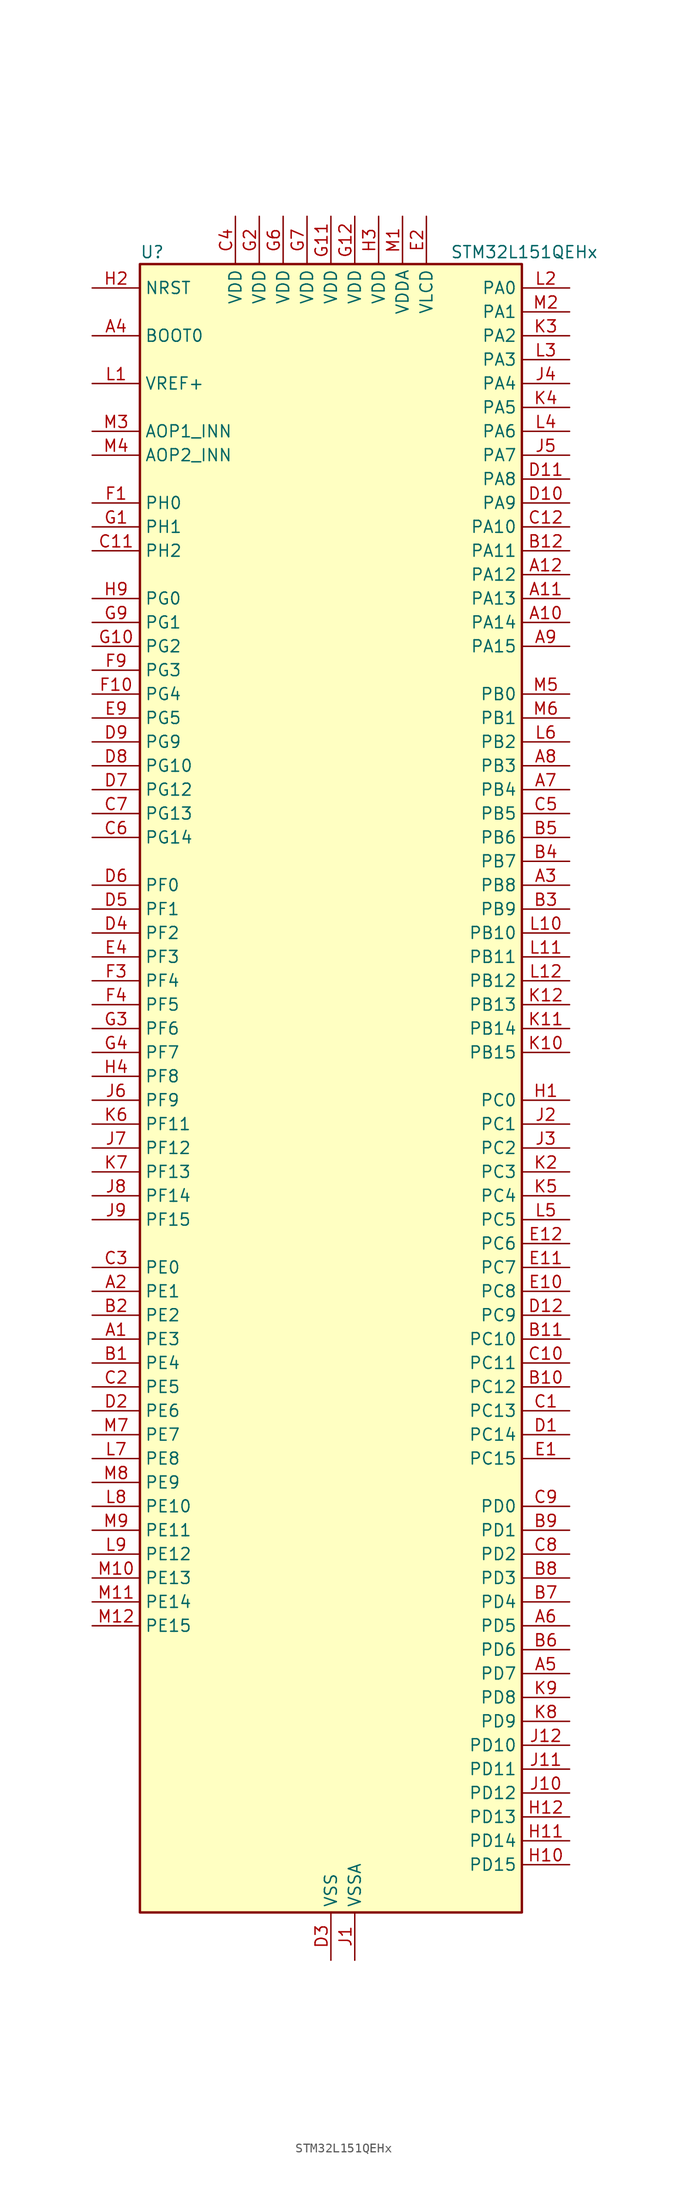
<source format=kicad_sym>
(kicad_symbol_lib
  (version 20220914)
  (generator kicad_symbol_editor)
  (symbol "STM32L151QEHx"
    (property "Reference" "U"
      (at -20.32 90.17 0)
      (effects (font (size 1.27 1.27)) (justify left)))
    (property "Value" "STM32L151QEHx"
      (at 12.7 90.17 0)
      (effects (font (size 1.27 1.27)) (justify left)))
    (property "ki_locked" ""
      (at 0 0 0)
      (effects (font (size 1.27 1.27))))
    (symbol "STM32L151QEHx_0_1"
      (rectangle (start -20.32 -86.36) (end 20.32 88.9) (stroke (width 0.254) (type default)) (fill (type background))))
    (symbol "STM32L151QEHx_1_1"
      (pin bidirectional line (at -25.4 -25.4 0) (length 5.08) (name "PE3" (effects (font (size 1.27 1.27)))) (number "A1" (effects (font (size 1.27 1.27)))) (alternate "SYS_TRACED0" bidirectional line) (alternate "TIM3_CH1" bidirectional line) (alternate "TIMX_IC4" bidirectional line))
      (pin bidirectional line (at 25.4 50.8 180) (length 5.08) (name "PA14" (effects (font (size 1.27 1.27)))) (number "A10" (effects (font (size 1.27 1.27)))) (alternate "SYS_JTCK-SWCLK" bidirectional line) (alternate "TIMX_IC3" bidirectional line) (alternate "TS_G5_IO2" bidirectional line))
      (pin bidirectional line (at 25.4 53.34 180) (length 5.08) (name "PA13" (effects (font (size 1.27 1.27)))) (number "A11" (effects (font (size 1.27 1.27)))) (alternate "SYS_JTMS-SWDIO" bidirectional line) (alternate "TIMX_IC2" bidirectional line) (alternate "TS_G5_IO1" bidirectional line))
      (pin bidirectional line (at 25.4 55.88 180) (length 5.08) (name "PA12" (effects (font (size 1.27 1.27)))) (number "A12" (effects (font (size 1.27 1.27)))) (alternate "SPI1_MOSI" bidirectional line) (alternate "TIMX_IC1" bidirectional line) (alternate "USART1_RTS" bidirectional line) (alternate "USB_DP" bidirectional line))
      (pin bidirectional line (at -25.4 -20.32 0) (length 5.08) (name "PE1" (effects (font (size 1.27 1.27)))) (number "A2" (effects (font (size 1.27 1.27)))) (alternate "TIM11_CH1" bidirectional line) (alternate "TIMX_IC2" bidirectional line))
      (pin bidirectional line (at 25.4 22.86 180) (length 5.08) (name "PB8" (effects (font (size 1.27 1.27)))) (number "A3" (effects (font (size 1.27 1.27)))) (alternate "I2C1_SCL" bidirectional line) (alternate "TIM10_CH1" bidirectional line) (alternate "TIM4_CH3" bidirectional line))
      (pin input line (at -25.4 81.28 0) (length 5.08) (name "BOOT0" (effects (font (size 1.27 1.27)))) (number "A4" (effects (font (size 1.27 1.27)))))
      (pin bidirectional line (at 25.4 -60.96 180) (length 5.08) (name "PD7" (effects (font (size 1.27 1.27)))) (number "A5" (effects (font (size 1.27 1.27)))) (alternate "TIM9_CH2" bidirectional line) (alternate "TIMX_IC4" bidirectional line) (alternate "USART2_CK" bidirectional line))
      (pin bidirectional line (at 25.4 -55.88 180) (length 5.08) (name "PD5" (effects (font (size 1.27 1.27)))) (number "A6" (effects (font (size 1.27 1.27)))) (alternate "TIMX_IC2" bidirectional line) (alternate "USART2_TX" bidirectional line))
      (pin bidirectional line (at 25.4 33.02 180) (length 5.08) (name "PB4" (effects (font (size 1.27 1.27)))) (number "A7" (effects (font (size 1.27 1.27)))) (alternate "COMP2_INP" bidirectional line) (alternate "SPI1_MISO" bidirectional line) (alternate "SPI3_MISO" bidirectional line) (alternate "SYS_JTRST" bidirectional line) (alternate "TIM3_CH1" bidirectional line) (alternate "TS_G6_IO1" bidirectional line))
      (pin bidirectional line (at 25.4 35.56 180) (length 5.08) (name "PB3" (effects (font (size 1.27 1.27)))) (number "A8" (effects (font (size 1.27 1.27)))) (alternate "COMP2_INM" bidirectional line) (alternate "I2S3_CK" bidirectional line) (alternate "SPI1_SCK" bidirectional line) (alternate "SPI3_SCK" bidirectional line) (alternate "SYS_JTDO-TRACESWO" bidirectional line) (alternate "TIM2_CH2" bidirectional line))
      (pin bidirectional line (at 25.4 48.26 180) (length 5.08) (name "PA15" (effects (font (size 1.27 1.27)))) (number "A9" (effects (font (size 1.27 1.27)))) (alternate "ADC_EXTI15" bidirectional line) (alternate "I2S3_WS" bidirectional line) (alternate "SPI1_NSS" bidirectional line) (alternate "SPI3_NSS" bidirectional line) (alternate "SYS_JTDI" bidirectional line) (alternate "TIM2_CH1" bidirectional line) (alternate "TIM2_ETR" bidirectional line) (alternate "TIMX_IC4" bidirectional line) (alternate "TS_G5_IO3" bidirectional line))
      (pin bidirectional line (at -25.4 -27.94 0) (length 5.08) (name "PE4" (effects (font (size 1.27 1.27)))) (number "B1" (effects (font (size 1.27 1.27)))) (alternate "SYS_TRACED1" bidirectional line) (alternate "TIM3_CH2" bidirectional line) (alternate "TIMX_IC1" bidirectional line))
      (pin bidirectional line (at 25.4 -30.48 180) (length 5.08) (name "PC12" (effects (font (size 1.27 1.27)))) (number "B10" (effects (font (size 1.27 1.27)))) (alternate "I2S3_SD" bidirectional line) (alternate "SPI3_MOSI" bidirectional line) (alternate "TIMX_IC1" bidirectional line) (alternate "UART5_TX" bidirectional line) (alternate "USART3_CK" bidirectional line))
      (pin bidirectional line (at 25.4 -25.4 180) (length 5.08) (name "PC10" (effects (font (size 1.27 1.27)))) (number "B11" (effects (font (size 1.27 1.27)))) (alternate "I2S3_CK" bidirectional line) (alternate "SPI3_SCK" bidirectional line) (alternate "TIMX_IC3" bidirectional line) (alternate "UART4_TX" bidirectional line) (alternate "USART3_TX" bidirectional line))
      (pin bidirectional line (at 25.4 58.42 180) (length 5.08) (name "PA11" (effects (font (size 1.27 1.27)))) (number "B12" (effects (font (size 1.27 1.27)))) (alternate "ADC_EXTI11" bidirectional line) (alternate "SPI1_MISO" bidirectional line) (alternate "TIMX_IC4" bidirectional line) (alternate "USART1_CTS" bidirectional line) (alternate "USB_DM" bidirectional line))
      (pin bidirectional line (at -25.4 -22.86 0) (length 5.08) (name "PE2" (effects (font (size 1.27 1.27)))) (number "B2" (effects (font (size 1.27 1.27)))) (alternate "SYS_TRACECK" bidirectional line) (alternate "TIM3_ETR" bidirectional line) (alternate "TIMX_IC3" bidirectional line))
      (pin bidirectional line (at 25.4 20.32 180) (length 5.08) (name "PB9" (effects (font (size 1.27 1.27)))) (number "B3" (effects (font (size 1.27 1.27)))) (alternate "DAC_EXTI9" bidirectional line) (alternate "I2C1_SDA" bidirectional line) (alternate "TIM11_CH1" bidirectional line) (alternate "TIM4_CH4" bidirectional line))
      (pin bidirectional line (at 25.4 25.4 180) (length 5.08) (name "PB7" (effects (font (size 1.27 1.27)))) (number "B4" (effects (font (size 1.27 1.27)))) (alternate "COMP2_INP" bidirectional line) (alternate "I2C1_SDA" bidirectional line) (alternate "SYS_PVD_IN" bidirectional line) (alternate "TIM4_CH2" bidirectional line) (alternate "TS_G6_IO4" bidirectional line) (alternate "USART1_RX" bidirectional line))
      (pin bidirectional line (at 25.4 27.94 180) (length 5.08) (name "PB6" (effects (font (size 1.27 1.27)))) (number "B5" (effects (font (size 1.27 1.27)))) (alternate "COMP2_INP" bidirectional line) (alternate "I2C1_SCL" bidirectional line) (alternate "TIM4_CH1" bidirectional line) (alternate "TS_G6_IO3" bidirectional line) (alternate "USART1_TX" bidirectional line))
      (pin bidirectional line (at 25.4 -58.42 180) (length 5.08) (name "PD6" (effects (font (size 1.27 1.27)))) (number "B6" (effects (font (size 1.27 1.27)))) (alternate "TIMX_IC3" bidirectional line) (alternate "USART2_RX" bidirectional line))
      (pin bidirectional line (at 25.4 -53.34 180) (length 5.08) (name "PD4" (effects (font (size 1.27 1.27)))) (number "B7" (effects (font (size 1.27 1.27)))) (alternate "I2S2_SD" bidirectional line) (alternate "SPI2_MOSI" bidirectional line) (alternate "TIMX_IC1" bidirectional line) (alternate "USART2_RTS" bidirectional line))
      (pin bidirectional line (at 25.4 -50.8 180) (length 5.08) (name "PD3" (effects (font (size 1.27 1.27)))) (number "B8" (effects (font (size 1.27 1.27)))) (alternate "SPI2_MISO" bidirectional line) (alternate "TIMX_IC4" bidirectional line) (alternate "USART2_CTS" bidirectional line))
      (pin bidirectional line (at 25.4 -45.72 180) (length 5.08) (name "PD1" (effects (font (size 1.27 1.27)))) (number "B9" (effects (font (size 1.27 1.27)))) (alternate "I2S2_CK" bidirectional line) (alternate "SPI2_SCK" bidirectional line) (alternate "TIMX_IC2" bidirectional line))
      (pin bidirectional line (at 25.4 -33.02 180) (length 5.08) (name "PC13" (effects (font (size 1.27 1.27)))) (number "C1" (effects (font (size 1.27 1.27)))) (alternate "RTC_OUT_ALARM" bidirectional line) (alternate "RTC_OUT_CALIB" bidirectional line) (alternate "RTC_TAMP1" bidirectional line) (alternate "RTC_TS" bidirectional line) (alternate "SYS_WKUP2" bidirectional line) (alternate "TIMX_IC2" bidirectional line))
      (pin bidirectional line (at 25.4 -27.94 180) (length 5.08) (name "PC11" (effects (font (size 1.27 1.27)))) (number "C10" (effects (font (size 1.27 1.27)))) (alternate "ADC_EXTI11" bidirectional line) (alternate "SPI3_MISO" bidirectional line) (alternate "TIMX_IC4" bidirectional line) (alternate "UART4_RX" bidirectional line) (alternate "USART3_RX" bidirectional line))
      (pin bidirectional line (at -25.4 58.42 0) (length 5.08) (name "PH2" (effects (font (size 1.27 1.27)))) (number "C11" (effects (font (size 1.27 1.27)))))
      (pin bidirectional line (at 25.4 60.96 180) (length 5.08) (name "PA10" (effects (font (size 1.27 1.27)))) (number "C12" (effects (font (size 1.27 1.27)))) (alternate "TIMX_IC3" bidirectional line) (alternate "TS_G4_IO3" bidirectional line) (alternate "USART1_RX" bidirectional line))
      (pin bidirectional line (at -25.4 -30.48 0) (length 5.08) (name "PE5" (effects (font (size 1.27 1.27)))) (number "C2" (effects (font (size 1.27 1.27)))) (alternate "SYS_TRACED2" bidirectional line) (alternate "TIM9_CH1" bidirectional line) (alternate "TIMX_IC2" bidirectional line))
      (pin bidirectional line (at -25.4 -17.78 0) (length 5.08) (name "PE0" (effects (font (size 1.27 1.27)))) (number "C3" (effects (font (size 1.27 1.27)))) (alternate "TIM10_CH1" bidirectional line) (alternate "TIM4_ETR" bidirectional line) (alternate "TIMX_IC1" bidirectional line))
      (pin power_in line (at -10.16 93.98 270) (length 5.08) (name "VDD" (effects (font (size 1.27 1.27)))) (number "C4" (effects (font (size 1.27 1.27)))))
      (pin bidirectional line (at 25.4 30.48 180) (length 5.08) (name "PB5" (effects (font (size 1.27 1.27)))) (number "C5" (effects (font (size 1.27 1.27)))) (alternate "COMP2_INP" bidirectional line) (alternate "I2C1_SMBA" bidirectional line) (alternate "I2S3_SD" bidirectional line) (alternate "SPI1_MOSI" bidirectional line) (alternate "SPI3_MOSI" bidirectional line) (alternate "TIM3_CH2" bidirectional line) (alternate "TS_G6_IO2" bidirectional line))
      (pin bidirectional line (at -25.4 27.94 0) (length 5.08) (name "PG14" (effects (font (size 1.27 1.27)))) (number "C6" (effects (font (size 1.27 1.27)))))
      (pin bidirectional line (at -25.4 30.48 0) (length 5.08) (name "PG13" (effects (font (size 1.27 1.27)))) (number "C7" (effects (font (size 1.27 1.27)))))
      (pin bidirectional line (at 25.4 -48.26 180) (length 5.08) (name "PD2" (effects (font (size 1.27 1.27)))) (number "C8" (effects (font (size 1.27 1.27)))) (alternate "TIM3_ETR" bidirectional line) (alternate "TIMX_IC3" bidirectional line) (alternate "UART5_RX" bidirectional line))
      (pin bidirectional line (at 25.4 -43.18 180) (length 5.08) (name "PD0" (effects (font (size 1.27 1.27)))) (number "C9" (effects (font (size 1.27 1.27)))) (alternate "I2S2_WS" bidirectional line) (alternate "SPI2_NSS" bidirectional line) (alternate "TIM9_CH1" bidirectional line) (alternate "TIMX_IC1" bidirectional line))
      (pin bidirectional line (at 25.4 -35.56 180) (length 5.08) (name "PC14" (effects (font (size 1.27 1.27)))) (number "D1" (effects (font (size 1.27 1.27)))) (alternate "RCC_OSC32_IN" bidirectional line) (alternate "TIMX_IC3" bidirectional line))
      (pin bidirectional line (at 25.4 63.5 180) (length 5.08) (name "PA9" (effects (font (size 1.27 1.27)))) (number "D10" (effects (font (size 1.27 1.27)))) (alternate "DAC_EXTI9" bidirectional line) (alternate "TIMX_IC2" bidirectional line) (alternate "TS_G4_IO2" bidirectional line) (alternate "USART1_TX" bidirectional line))
      (pin bidirectional line (at 25.4 66.04 180) (length 5.08) (name "PA8" (effects (font (size 1.27 1.27)))) (number "D11" (effects (font (size 1.27 1.27)))) (alternate "RCC_MCO" bidirectional line) (alternate "TIMX_IC1" bidirectional line) (alternate "TS_G4_IO1" bidirectional line) (alternate "USART1_CK" bidirectional line))
      (pin bidirectional line (at 25.4 -22.86 180) (length 5.08) (name "PC9" (effects (font (size 1.27 1.27)))) (number "D12" (effects (font (size 1.27 1.27)))) (alternate "DAC_EXTI9" bidirectional line) (alternate "TIM3_CH4" bidirectional line) (alternate "TIMX_IC2" bidirectional line) (alternate "TS_G10_IO4" bidirectional line))
      (pin bidirectional line (at -25.4 -33.02 0) (length 5.08) (name "PE6" (effects (font (size 1.27 1.27)))) (number "D2" (effects (font (size 1.27 1.27)))) (alternate "RTC_TAMP3" bidirectional line) (alternate "SYS_TRACED3" bidirectional line) (alternate "SYS_WKUP3" bidirectional line) (alternate "TIM9_CH2" bidirectional line) (alternate "TIMX_IC3" bidirectional line))
      (pin power_in line (at 0 -91.44 90) (length 5.08) (name "VSS" (effects (font (size 1.27 1.27)))) (number "D3" (effects (font (size 1.27 1.27)))))
      (pin bidirectional line (at -25.4 17.78 0) (length 5.08) (name "PF2" (effects (font (size 1.27 1.27)))) (number "D4" (effects (font (size 1.27 1.27)))))
      (pin bidirectional line (at -25.4 20.32 0) (length 5.08) (name "PF1" (effects (font (size 1.27 1.27)))) (number "D5" (effects (font (size 1.27 1.27)))))
      (pin bidirectional line (at -25.4 22.86 0) (length 5.08) (name "PF0" (effects (font (size 1.27 1.27)))) (number "D6" (effects (font (size 1.27 1.27)))))
      (pin bidirectional line (at -25.4 33.02 0) (length 5.08) (name "PG12" (effects (font (size 1.27 1.27)))) (number "D7" (effects (font (size 1.27 1.27)))))
      (pin bidirectional line (at -25.4 35.56 0) (length 5.08) (name "PG10" (effects (font (size 1.27 1.27)))) (number "D8" (effects (font (size 1.27 1.27)))))
      (pin bidirectional line (at -25.4 38.1 0) (length 5.08) (name "PG9" (effects (font (size 1.27 1.27)))) (number "D9" (effects (font (size 1.27 1.27)))) (alternate "DAC_EXTI9" bidirectional line))
      (pin bidirectional line (at 25.4 -38.1 180) (length 5.08) (name "PC15" (effects (font (size 1.27 1.27)))) (number "E1" (effects (font (size 1.27 1.27)))) (alternate "ADC_EXTI15" bidirectional line) (alternate "RCC_OSC32_OUT" bidirectional line) (alternate "TIMX_IC4" bidirectional line))
      (pin bidirectional line (at 25.4 -20.32 180) (length 5.08) (name "PC8" (effects (font (size 1.27 1.27)))) (number "E10" (effects (font (size 1.27 1.27)))) (alternate "TIM3_CH3" bidirectional line) (alternate "TIMX_IC1" bidirectional line) (alternate "TS_G10_IO3" bidirectional line))
      (pin bidirectional line (at 25.4 -17.78 180) (length 5.08) (name "PC7" (effects (font (size 1.27 1.27)))) (number "E11" (effects (font (size 1.27 1.27)))) (alternate "I2S3_MCK" bidirectional line) (alternate "TIM3_CH2" bidirectional line) (alternate "TIMX_IC4" bidirectional line) (alternate "TS_G10_IO2" bidirectional line))
      (pin bidirectional line (at 25.4 -15.24 180) (length 5.08) (name "PC6" (effects (font (size 1.27 1.27)))) (number "E12" (effects (font (size 1.27 1.27)))) (alternate "I2S2_MCK" bidirectional line) (alternate "TIM3_CH1" bidirectional line) (alternate "TIMX_IC3" bidirectional line) (alternate "TS_G10_IO1" bidirectional line))
      (pin power_in line (at 10.16 93.98 270) (length 5.08) (name "VLCD" (effects (font (size 1.27 1.27)))) (number "E2" (effects (font (size 1.27 1.27)))))
      (pin passive line (at 0 -91.44 90) (length 5.08) hide (name "VSS" (effects (font (size 1.27 1.27)))) (number "E3" (effects (font (size 1.27 1.27)))))
      (pin bidirectional line (at -25.4 15.24 0) (length 5.08) (name "PF3" (effects (font (size 1.27 1.27)))) (number "E4" (effects (font (size 1.27 1.27)))))
      (pin bidirectional line (at -25.4 40.64 0) (length 5.08) (name "PG5" (effects (font (size 1.27 1.27)))) (number "E9" (effects (font (size 1.27 1.27)))))
      (pin bidirectional line (at -25.4 63.5 0) (length 5.08) (name "PH0" (effects (font (size 1.27 1.27)))) (number "F1" (effects (font (size 1.27 1.27)))) (alternate "RCC_OSC_IN" bidirectional line))
      (pin bidirectional line (at -25.4 43.18 0) (length 5.08) (name "PG4" (effects (font (size 1.27 1.27)))) (number "F10" (effects (font (size 1.27 1.27)))) (alternate "ADC_IN12b" bidirectional line) (alternate "TS_G7_IO7" bidirectional line))
      (pin passive line (at 0 -91.44 90) (length 5.08) hide (name "VSS" (effects (font (size 1.27 1.27)))) (number "F11" (effects (font (size 1.27 1.27)))))
      (pin passive line (at 0 -91.44 90) (length 5.08) hide (name "VSS" (effects (font (size 1.27 1.27)))) (number "F12" (effects (font (size 1.27 1.27)))))
      (pin passive line (at 0 -91.44 90) (length 5.08) hide (name "VSS" (effects (font (size 1.27 1.27)))) (number "F2" (effects (font (size 1.27 1.27)))))
      (pin bidirectional line (at -25.4 12.7 0) (length 5.08) (name "PF4" (effects (font (size 1.27 1.27)))) (number "F3" (effects (font (size 1.27 1.27)))))
      (pin bidirectional line (at -25.4 10.16 0) (length 5.08) (name "PF5" (effects (font (size 1.27 1.27)))) (number "F4" (effects (font (size 1.27 1.27)))))
      (pin passive line (at 0 -91.44 90) (length 5.08) hide (name "VSS" (effects (font (size 1.27 1.27)))) (number "F6" (effects (font (size 1.27 1.27)))))
      (pin passive line (at 0 -91.44 90) (length 5.08) hide (name "VSS" (effects (font (size 1.27 1.27)))) (number "F7" (effects (font (size 1.27 1.27)))))
      (pin bidirectional line (at -25.4 45.72 0) (length 5.08) (name "PG3" (effects (font (size 1.27 1.27)))) (number "F9" (effects (font (size 1.27 1.27)))) (alternate "ADC_IN11b" bidirectional line) (alternate "TS_G7_IO6" bidirectional line))
      (pin bidirectional line (at -25.4 60.96 0) (length 5.08) (name "PH1" (effects (font (size 1.27 1.27)))) (number "G1" (effects (font (size 1.27 1.27)))) (alternate "RCC_OSC_OUT" bidirectional line))
      (pin bidirectional line (at -25.4 48.26 0) (length 5.08) (name "PG2" (effects (font (size 1.27 1.27)))) (number "G10" (effects (font (size 1.27 1.27)))) (alternate "ADC_IN10b" bidirectional line) (alternate "TS_G7_IO5" bidirectional line))
      (pin power_in line (at 0 93.98 270) (length 5.08) (name "VDD" (effects (font (size 1.27 1.27)))) (number "G11" (effects (font (size 1.27 1.27)))))
      (pin power_in line (at 2.54 93.98 270) (length 5.08) (name "VDD" (effects (font (size 1.27 1.27)))) (number "G12" (effects (font (size 1.27 1.27)))))
      (pin power_in line (at -7.62 93.98 270) (length 5.08) (name "VDD" (effects (font (size 1.27 1.27)))) (number "G2" (effects (font (size 1.27 1.27)))))
      (pin bidirectional line (at -25.4 7.62 0) (length 5.08) (name "PF6" (effects (font (size 1.27 1.27)))) (number "G3" (effects (font (size 1.27 1.27)))) (alternate "ADC_IN27" bidirectional line) (alternate "TIM5_CH1" bidirectional line) (alternate "TIM5_ETR" bidirectional line) (alternate "TS_G11_IO1" bidirectional line))
      (pin bidirectional line (at -25.4 5.08 0) (length 5.08) (name "PF7" (effects (font (size 1.27 1.27)))) (number "G4" (effects (font (size 1.27 1.27)))) (alternate "ADC_IN28" bidirectional line) (alternate "COMP1_INP" bidirectional line) (alternate "TIM5_CH2" bidirectional line) (alternate "TS_G11_IO2" bidirectional line))
      (pin power_in line (at -5.08 93.98 270) (length 5.08) (name "VDD" (effects (font (size 1.27 1.27)))) (number "G6" (effects (font (size 1.27 1.27)))))
      (pin power_in line (at -2.54 93.98 270) (length 5.08) (name "VDD" (effects (font (size 1.27 1.27)))) (number "G7" (effects (font (size 1.27 1.27)))))
      (pin bidirectional line (at -25.4 50.8 0) (length 5.08) (name "PG1" (effects (font (size 1.27 1.27)))) (number "G9" (effects (font (size 1.27 1.27)))) (alternate "ADC_IN9b" bidirectional line) (alternate "TS_G2_IO5" bidirectional line))
      (pin bidirectional line (at 25.4 0 180) (length 5.08) (name "PC0" (effects (font (size 1.27 1.27)))) (number "H1" (effects (font (size 1.27 1.27)))) (alternate "ADC_IN10" bidirectional line) (alternate "COMP1_INP" bidirectional line) (alternate "TIMX_IC1" bidirectional line) (alternate "TS_G8_IO1" bidirectional line))
      (pin bidirectional line (at 25.4 -81.28 180) (length 5.08) (name "PD15" (effects (font (size 1.27 1.27)))) (number "H10" (effects (font (size 1.27 1.27)))) (alternate "ADC_EXTI15" bidirectional line) (alternate "TIM4_CH4" bidirectional line) (alternate "TIMX_IC4" bidirectional line))
      (pin bidirectional line (at 25.4 -78.74 180) (length 5.08) (name "PD14" (effects (font (size 1.27 1.27)))) (number "H11" (effects (font (size 1.27 1.27)))) (alternate "TIM4_CH3" bidirectional line) (alternate "TIMX_IC3" bidirectional line))
      (pin bidirectional line (at 25.4 -76.2 180) (length 5.08) (name "PD13" (effects (font (size 1.27 1.27)))) (number "H12" (effects (font (size 1.27 1.27)))) (alternate "TIM4_CH2" bidirectional line) (alternate "TIMX_IC2" bidirectional line))
      (pin input line (at -25.4 86.36 0) (length 5.08) (name "NRST" (effects (font (size 1.27 1.27)))) (number "H2" (effects (font (size 1.27 1.27)))))
      (pin power_in line (at 5.08 93.98 270) (length 5.08) (name "VDD" (effects (font (size 1.27 1.27)))) (number "H3" (effects (font (size 1.27 1.27)))))
      (pin bidirectional line (at -25.4 2.54 0) (length 5.08) (name "PF8" (effects (font (size 1.27 1.27)))) (number "H4" (effects (font (size 1.27 1.27)))) (alternate "ADC_IN29" bidirectional line) (alternate "COMP1_INP" bidirectional line) (alternate "TIM5_CH3" bidirectional line) (alternate "TS_G11_IO3" bidirectional line))
      (pin bidirectional line (at -25.4 53.34 0) (length 5.08) (name "PG0" (effects (font (size 1.27 1.27)))) (number "H9" (effects (font (size 1.27 1.27)))) (alternate "ADC_IN8b" bidirectional line) (alternate "TS_G2_IO4" bidirectional line))
      (pin power_in line (at 2.54 -91.44 90) (length 5.08) (name "VSSA" (effects (font (size 1.27 1.27)))) (number "J1" (effects (font (size 1.27 1.27)))))
      (pin bidirectional line (at 25.4 -73.66 180) (length 5.08) (name "PD12" (effects (font (size 1.27 1.27)))) (number "J10" (effects (font (size 1.27 1.27)))) (alternate "TIM4_CH1" bidirectional line) (alternate "TIMX_IC1" bidirectional line) (alternate "USART3_RTS" bidirectional line))
      (pin bidirectional line (at 25.4 -71.12 180) (length 5.08) (name "PD11" (effects (font (size 1.27 1.27)))) (number "J11" (effects (font (size 1.27 1.27)))) (alternate "ADC_EXTI11" bidirectional line) (alternate "TIMX_IC4" bidirectional line) (alternate "USART3_CTS" bidirectional line))
      (pin bidirectional line (at 25.4 -68.58 180) (length 5.08) (name "PD10" (effects (font (size 1.27 1.27)))) (number "J12" (effects (font (size 1.27 1.27)))) (alternate "TIMX_IC3" bidirectional line) (alternate "USART3_CK" bidirectional line))
      (pin bidirectional line (at 25.4 -2.54 180) (length 5.08) (name "PC1" (effects (font (size 1.27 1.27)))) (number "J2" (effects (font (size 1.27 1.27)))) (alternate "ADC_IN11" bidirectional line) (alternate "COMP1_INP" bidirectional line) (alternate "TIMX_IC2" bidirectional line) (alternate "TS_G8_IO2" bidirectional line))
      (pin bidirectional line (at 25.4 -5.08 180) (length 5.08) (name "PC2" (effects (font (size 1.27 1.27)))) (number "J3" (effects (font (size 1.27 1.27)))) (alternate "ADC_IN12" bidirectional line) (alternate "COMP1_INP" bidirectional line) (alternate "TIMX_IC3" bidirectional line) (alternate "TS_G8_IO3" bidirectional line))
      (pin bidirectional line (at 25.4 76.2 180) (length 5.08) (name "PA4" (effects (font (size 1.27 1.27)))) (number "J4" (effects (font (size 1.27 1.27)))) (alternate "ADC_IN4" bidirectional line) (alternate "COMP1_INP" bidirectional line) (alternate "DAC_OUT1" bidirectional line) (alternate "I2S3_WS" bidirectional line) (alternate "SPI1_NSS" bidirectional line) (alternate "SPI3_NSS" bidirectional line) (alternate "TIMX_IC1" bidirectional line) (alternate "USART2_CK" bidirectional line))
      (pin bidirectional line (at 25.4 68.58 180) (length 5.08) (name "PA7" (effects (font (size 1.27 1.27)))) (number "J5" (effects (font (size 1.27 1.27)))) (alternate "ADC_IN7" bidirectional line) (alternate "COMP1_INP" bidirectional line) (alternate "SPI1_MOSI" bidirectional line) (alternate "TIM11_CH1" bidirectional line) (alternate "TIM3_CH2" bidirectional line) (alternate "TIMX_IC4" bidirectional line) (alternate "TS_G2_IO2" bidirectional line))
      (pin bidirectional line (at -25.4 0 0) (length 5.08) (name "PF9" (effects (font (size 1.27 1.27)))) (number "J6" (effects (font (size 1.27 1.27)))) (alternate "ADC_IN30" bidirectional line) (alternate "COMP1_INP" bidirectional line) (alternate "DAC_EXTI9" bidirectional line) (alternate "TIM5_CH4" bidirectional line) (alternate "TS_G11_IO4" bidirectional line))
      (pin bidirectional line (at -25.4 -5.08 0) (length 5.08) (name "PF12" (effects (font (size 1.27 1.27)))) (number "J7" (effects (font (size 1.27 1.27)))) (alternate "ADC_IN2b" bidirectional line) (alternate "TS_G3_IO5" bidirectional line))
      (pin bidirectional line (at -25.4 -10.16 0) (length 5.08) (name "PF14" (effects (font (size 1.27 1.27)))) (number "J8" (effects (font (size 1.27 1.27)))) (alternate "ADC_IN6b" bidirectional line) (alternate "TS_G9_IO4" bidirectional line))
      (pin bidirectional line (at -25.4 -12.7 0) (length 5.08) (name "PF15" (effects (font (size 1.27 1.27)))) (number "J9" (effects (font (size 1.27 1.27)))) (alternate "ADC_EXTI15" bidirectional line) (alternate "ADC_IN7b" bidirectional line) (alternate "TS_G2_IO3" bidirectional line))
      (pin no_connect line (at -20.32 -86.36 0) (length 5.08) hide (name "NC" (effects (font (size 1.27 1.27)))) (number "K1" (effects (font (size 1.27 1.27)))))
      (pin bidirectional line (at 25.4 5.08 180) (length 5.08) (name "PB15" (effects (font (size 1.27 1.27)))) (number "K10" (effects (font (size 1.27 1.27)))) (alternate "ADC_EXTI15" bidirectional line) (alternate "ADC_IN21" bidirectional line) (alternate "COMP1_INP" bidirectional line) (alternate "I2S2_SD" bidirectional line) (alternate "RTC_REFIN" bidirectional line) (alternate "SPI2_MOSI" bidirectional line) (alternate "TIM11_CH1" bidirectional line) (alternate "TS_G7_IO4" bidirectional line))
      (pin bidirectional line (at 25.4 7.62 180) (length 5.08) (name "PB14" (effects (font (size 1.27 1.27)))) (number "K11" (effects (font (size 1.27 1.27)))) (alternate "ADC_IN20" bidirectional line) (alternate "COMP1_INP" bidirectional line) (alternate "SPI2_MISO" bidirectional line) (alternate "TIM9_CH2" bidirectional line) (alternate "TS_G7_IO3" bidirectional line) (alternate "USART3_RTS" bidirectional line))
      (pin bidirectional line (at 25.4 10.16 180) (length 5.08) (name "PB13" (effects (font (size 1.27 1.27)))) (number "K12" (effects (font (size 1.27 1.27)))) (alternate "ADC_IN19" bidirectional line) (alternate "COMP1_INP" bidirectional line) (alternate "I2S2_CK" bidirectional line) (alternate "SPI2_SCK" bidirectional line) (alternate "TIM9_CH1" bidirectional line) (alternate "TS_G7_IO2" bidirectional line) (alternate "USART3_CTS" bidirectional line))
      (pin bidirectional line (at 25.4 -7.62 180) (length 5.08) (name "PC3" (effects (font (size 1.27 1.27)))) (number "K2" (effects (font (size 1.27 1.27)))) (alternate "ADC_IN13" bidirectional line) (alternate "COMP1_INP" bidirectional line) (alternate "TIMX_IC4" bidirectional line) (alternate "TS_G8_IO4" bidirectional line))
      (pin bidirectional line (at 25.4 81.28 180) (length 5.08) (name "PA2" (effects (font (size 1.27 1.27)))) (number "K3" (effects (font (size 1.27 1.27)))) (alternate "ADC_IN2" bidirectional line) (alternate "COMP1_INP" bidirectional line) (alternate "TIM2_CH3" bidirectional line) (alternate "TIM5_CH3" bidirectional line) (alternate "TIM9_CH1" bidirectional line) (alternate "TIMX_IC3" bidirectional line) (alternate "TS_G1_IO3" bidirectional line) (alternate "USART2_TX" bidirectional line))
      (pin bidirectional line (at 25.4 73.66 180) (length 5.08) (name "PA5" (effects (font (size 1.27 1.27)))) (number "K4" (effects (font (size 1.27 1.27)))) (alternate "ADC_IN5" bidirectional line) (alternate "COMP1_INP" bidirectional line) (alternate "DAC_OUT2" bidirectional line) (alternate "SPI1_SCK" bidirectional line) (alternate "TIM2_CH1" bidirectional line) (alternate "TIM2_ETR" bidirectional line) (alternate "TIMX_IC2" bidirectional line))
      (pin bidirectional line (at 25.4 -10.16 180) (length 5.08) (name "PC4" (effects (font (size 1.27 1.27)))) (number "K5" (effects (font (size 1.27 1.27)))) (alternate "ADC_IN14" bidirectional line) (alternate "COMP1_INP" bidirectional line) (alternate "TIMX_IC1" bidirectional line) (alternate "TS_G9_IO1" bidirectional line))
      (pin bidirectional line (at -25.4 -2.54 0) (length 5.08) (name "PF11" (effects (font (size 1.27 1.27)))) (number "K6" (effects (font (size 1.27 1.27)))) (alternate "ADC_EXTI11" bidirectional line) (alternate "ADC_IN1b" bidirectional line) (alternate "TS_G3_IO4" bidirectional line))
      (pin bidirectional line (at -25.4 -7.62 0) (length 5.08) (name "PF13" (effects (font (size 1.27 1.27)))) (number "K7" (effects (font (size 1.27 1.27)))) (alternate "ADC_IN3b" bidirectional line) (alternate "TS_G9_IO3" bidirectional line))
      (pin bidirectional line (at 25.4 -66.04 180) (length 5.08) (name "PD9" (effects (font (size 1.27 1.27)))) (number "K8" (effects (font (size 1.27 1.27)))) (alternate "DAC_EXTI9" bidirectional line) (alternate "TIMX_IC2" bidirectional line) (alternate "USART3_RX" bidirectional line))
      (pin bidirectional line (at 25.4 -63.5 180) (length 5.08) (name "PD8" (effects (font (size 1.27 1.27)))) (number "K9" (effects (font (size 1.27 1.27)))) (alternate "TIMX_IC1" bidirectional line) (alternate "USART3_TX" bidirectional line))
      (pin input line (at -25.4 76.2 0) (length 5.08) (name "VREF+" (effects (font (size 1.27 1.27)))) (number "L1" (effects (font (size 1.27 1.27)))))
      (pin bidirectional line (at 25.4 17.78 180) (length 5.08) (name "PB10" (effects (font (size 1.27 1.27)))) (number "L10" (effects (font (size 1.27 1.27)))) (alternate "I2C2_SCL" bidirectional line) (alternate "TIM2_CH3" bidirectional line) (alternate "USART3_TX" bidirectional line))
      (pin bidirectional line (at 25.4 15.24 180) (length 5.08) (name "PB11" (effects (font (size 1.27 1.27)))) (number "L11" (effects (font (size 1.27 1.27)))) (alternate "ADC_EXTI11" bidirectional line) (alternate "I2C2_SDA" bidirectional line) (alternate "TIM2_CH4" bidirectional line) (alternate "USART3_RX" bidirectional line))
      (pin bidirectional line (at 25.4 12.7 180) (length 5.08) (name "PB12" (effects (font (size 1.27 1.27)))) (number "L12" (effects (font (size 1.27 1.27)))) (alternate "ADC_IN18" bidirectional line) (alternate "COMP1_INP" bidirectional line) (alternate "I2C2_SMBA" bidirectional line) (alternate "I2S2_WS" bidirectional line) (alternate "SPI2_NSS" bidirectional line) (alternate "TIM10_CH1" bidirectional line) (alternate "TS_G7_IO1" bidirectional line) (alternate "USART3_CK" bidirectional line))
      (pin bidirectional line (at 25.4 86.36 180) (length 5.08) (name "PA0" (effects (font (size 1.27 1.27)))) (number "L2" (effects (font (size 1.27 1.27)))) (alternate "ADC_IN0" bidirectional line) (alternate "COMP1_INP" bidirectional line) (alternate "RTC_TAMP2" bidirectional line) (alternate "SYS_WKUP1" bidirectional line) (alternate "TIM2_CH1" bidirectional line) (alternate "TIM2_ETR" bidirectional line) (alternate "TIM5_CH1" bidirectional line) (alternate "TIMX_IC1" bidirectional line) (alternate "TS_G1_IO1" bidirectional line) (alternate "USART2_CTS" bidirectional line))
      (pin bidirectional line (at 25.4 78.74 180) (length 5.08) (name "PA3" (effects (font (size 1.27 1.27)))) (number "L3" (effects (font (size 1.27 1.27)))) (alternate "ADC_IN3" bidirectional line) (alternate "COMP1_INP" bidirectional line) (alternate "OPAMP1_VOUT" bidirectional line) (alternate "TIM2_CH4" bidirectional line) (alternate "TIM5_CH4" bidirectional line) (alternate "TIM9_CH2" bidirectional line) (alternate "TIMX_IC4" bidirectional line) (alternate "TS_G1_IO4" bidirectional line) (alternate "USART2_RX" bidirectional line))
      (pin bidirectional line (at 25.4 71.12 180) (length 5.08) (name "PA6" (effects (font (size 1.27 1.27)))) (number "L4" (effects (font (size 1.27 1.27)))) (alternate "ADC_IN6" bidirectional line) (alternate "COMP1_INP" bidirectional line) (alternate "OPAMP2_VINP" bidirectional line) (alternate "SPI1_MISO" bidirectional line) (alternate "TIM10_CH1" bidirectional line) (alternate "TIM3_CH1" bidirectional line) (alternate "TIMX_IC3" bidirectional line) (alternate "TS_G2_IO1" bidirectional line))
      (pin bidirectional line (at 25.4 -12.7 180) (length 5.08) (name "PC5" (effects (font (size 1.27 1.27)))) (number "L5" (effects (font (size 1.27 1.27)))) (alternate "ADC_IN15" bidirectional line) (alternate "COMP1_INP" bidirectional line) (alternate "TIMX_IC2" bidirectional line) (alternate "TS_G9_IO2" bidirectional line))
      (pin bidirectional line (at 25.4 38.1 180) (length 5.08) (name "PB2" (effects (font (size 1.27 1.27)))) (number "L6" (effects (font (size 1.27 1.27)))) (alternate "ADC_IN0b" bidirectional line) (alternate "TS_G3_IO3" bidirectional line))
      (pin bidirectional line (at -25.4 -38.1 0) (length 5.08) (name "PE8" (effects (font (size 1.27 1.27)))) (number "L7" (effects (font (size 1.27 1.27)))) (alternate "ADC_IN23" bidirectional line) (alternate "COMP1_INP" bidirectional line) (alternate "TIMX_IC1" bidirectional line))
      (pin bidirectional line (at -25.4 -43.18 0) (length 5.08) (name "PE10" (effects (font (size 1.27 1.27)))) (number "L8" (effects (font (size 1.27 1.27)))) (alternate "ADC_IN25" bidirectional line) (alternate "COMP1_INP" bidirectional line) (alternate "TIM2_CH2" bidirectional line) (alternate "TIMX_IC3" bidirectional line))
      (pin bidirectional line (at -25.4 -48.26 0) (length 5.08) (name "PE12" (effects (font (size 1.27 1.27)))) (number "L9" (effects (font (size 1.27 1.27)))) (alternate "SPI1_NSS" bidirectional line) (alternate "TIM2_CH4" bidirectional line) (alternate "TIMX_IC1" bidirectional line))
      (pin power_in line (at 7.62 93.98 270) (length 5.08) (name "VDDA" (effects (font (size 1.27 1.27)))) (number "M1" (effects (font (size 1.27 1.27)))))
      (pin bidirectional line (at -25.4 -50.8 0) (length 5.08) (name "PE13" (effects (font (size 1.27 1.27)))) (number "M10" (effects (font (size 1.27 1.27)))) (alternate "SPI1_SCK" bidirectional line) (alternate "TIMX_IC2" bidirectional line))
      (pin bidirectional line (at -25.4 -53.34 0) (length 5.08) (name "PE14" (effects (font (size 1.27 1.27)))) (number "M11" (effects (font (size 1.27 1.27)))) (alternate "SPI1_MISO" bidirectional line) (alternate "TIMX_IC3" bidirectional line))
      (pin bidirectional line (at -25.4 -55.88 0) (length 5.08) (name "PE15" (effects (font (size 1.27 1.27)))) (number "M12" (effects (font (size 1.27 1.27)))) (alternate "ADC_EXTI15" bidirectional line) (alternate "SPI1_MOSI" bidirectional line) (alternate "TIMX_IC4" bidirectional line))
      (pin bidirectional line (at 25.4 83.82 180) (length 5.08) (name "PA1" (effects (font (size 1.27 1.27)))) (number "M2" (effects (font (size 1.27 1.27)))) (alternate "ADC_IN1" bidirectional line) (alternate "COMP1_INP" bidirectional line) (alternate "OPAMP1_VINP" bidirectional line) (alternate "TIM2_CH2" bidirectional line) (alternate "TIM5_CH2" bidirectional line) (alternate "TIMX_IC2" bidirectional line) (alternate "TS_G1_IO2" bidirectional line) (alternate "USART2_RTS" bidirectional line))
      (pin input line (at -25.4 71.12 0) (length 5.08) (name "AOP1_INN" (effects (font (size 1.27 1.27)))) (number "M3" (effects (font (size 1.27 1.27)))) (alternate "OPAMP1_VINM" bidirectional line))
      (pin input line (at -25.4 68.58 0) (length 5.08) (name "AOP2_INN" (effects (font (size 1.27 1.27)))) (number "M4" (effects (font (size 1.27 1.27)))) (alternate "OPAMP2_VINM" bidirectional line))
      (pin bidirectional line (at 25.4 43.18 180) (length 5.08) (name "PB0" (effects (font (size 1.27 1.27)))) (number "M5" (effects (font (size 1.27 1.27)))) (alternate "ADC_IN8" bidirectional line) (alternate "COMP1_INP" bidirectional line) (alternate "OPAMP2_VOUT" bidirectional line) (alternate "SYS_V_REF_OUT" bidirectional line) (alternate "TIM3_CH3" bidirectional line) (alternate "TS_G3_IO1" bidirectional line))
      (pin bidirectional line (at 25.4 40.64 180) (length 5.08) (name "PB1" (effects (font (size 1.27 1.27)))) (number "M6" (effects (font (size 1.27 1.27)))) (alternate "ADC_IN9" bidirectional line) (alternate "COMP1_INP" bidirectional line) (alternate "SYS_V_REF_OUT" bidirectional line) (alternate "TIM3_CH4" bidirectional line) (alternate "TS_G3_IO2" bidirectional line))
      (pin bidirectional line (at -25.4 -35.56 0) (length 5.08) (name "PE7" (effects (font (size 1.27 1.27)))) (number "M7" (effects (font (size 1.27 1.27)))) (alternate "ADC_IN22" bidirectional line) (alternate "COMP1_INP" bidirectional line) (alternate "TIMX_IC4" bidirectional line))
      (pin bidirectional line (at -25.4 -40.64 0) (length 5.08) (name "PE9" (effects (font (size 1.27 1.27)))) (number "M8" (effects (font (size 1.27 1.27)))) (alternate "ADC_IN24" bidirectional line) (alternate "COMP1_INP" bidirectional line) (alternate "DAC_EXTI9" bidirectional line) (alternate "TIM2_CH1" bidirectional line) (alternate "TIM2_ETR" bidirectional line) (alternate "TIMX_IC2" bidirectional line))
      (pin bidirectional line (at -25.4 -45.72 0) (length 5.08) (name "PE11" (effects (font (size 1.27 1.27)))) (number "M9" (effects (font (size 1.27 1.27)))) (alternate "ADC_EXTI11" bidirectional line) (alternate "TIM2_CH3" bidirectional line) (alternate "TIMX_IC4" bidirectional line)))))
</source>
